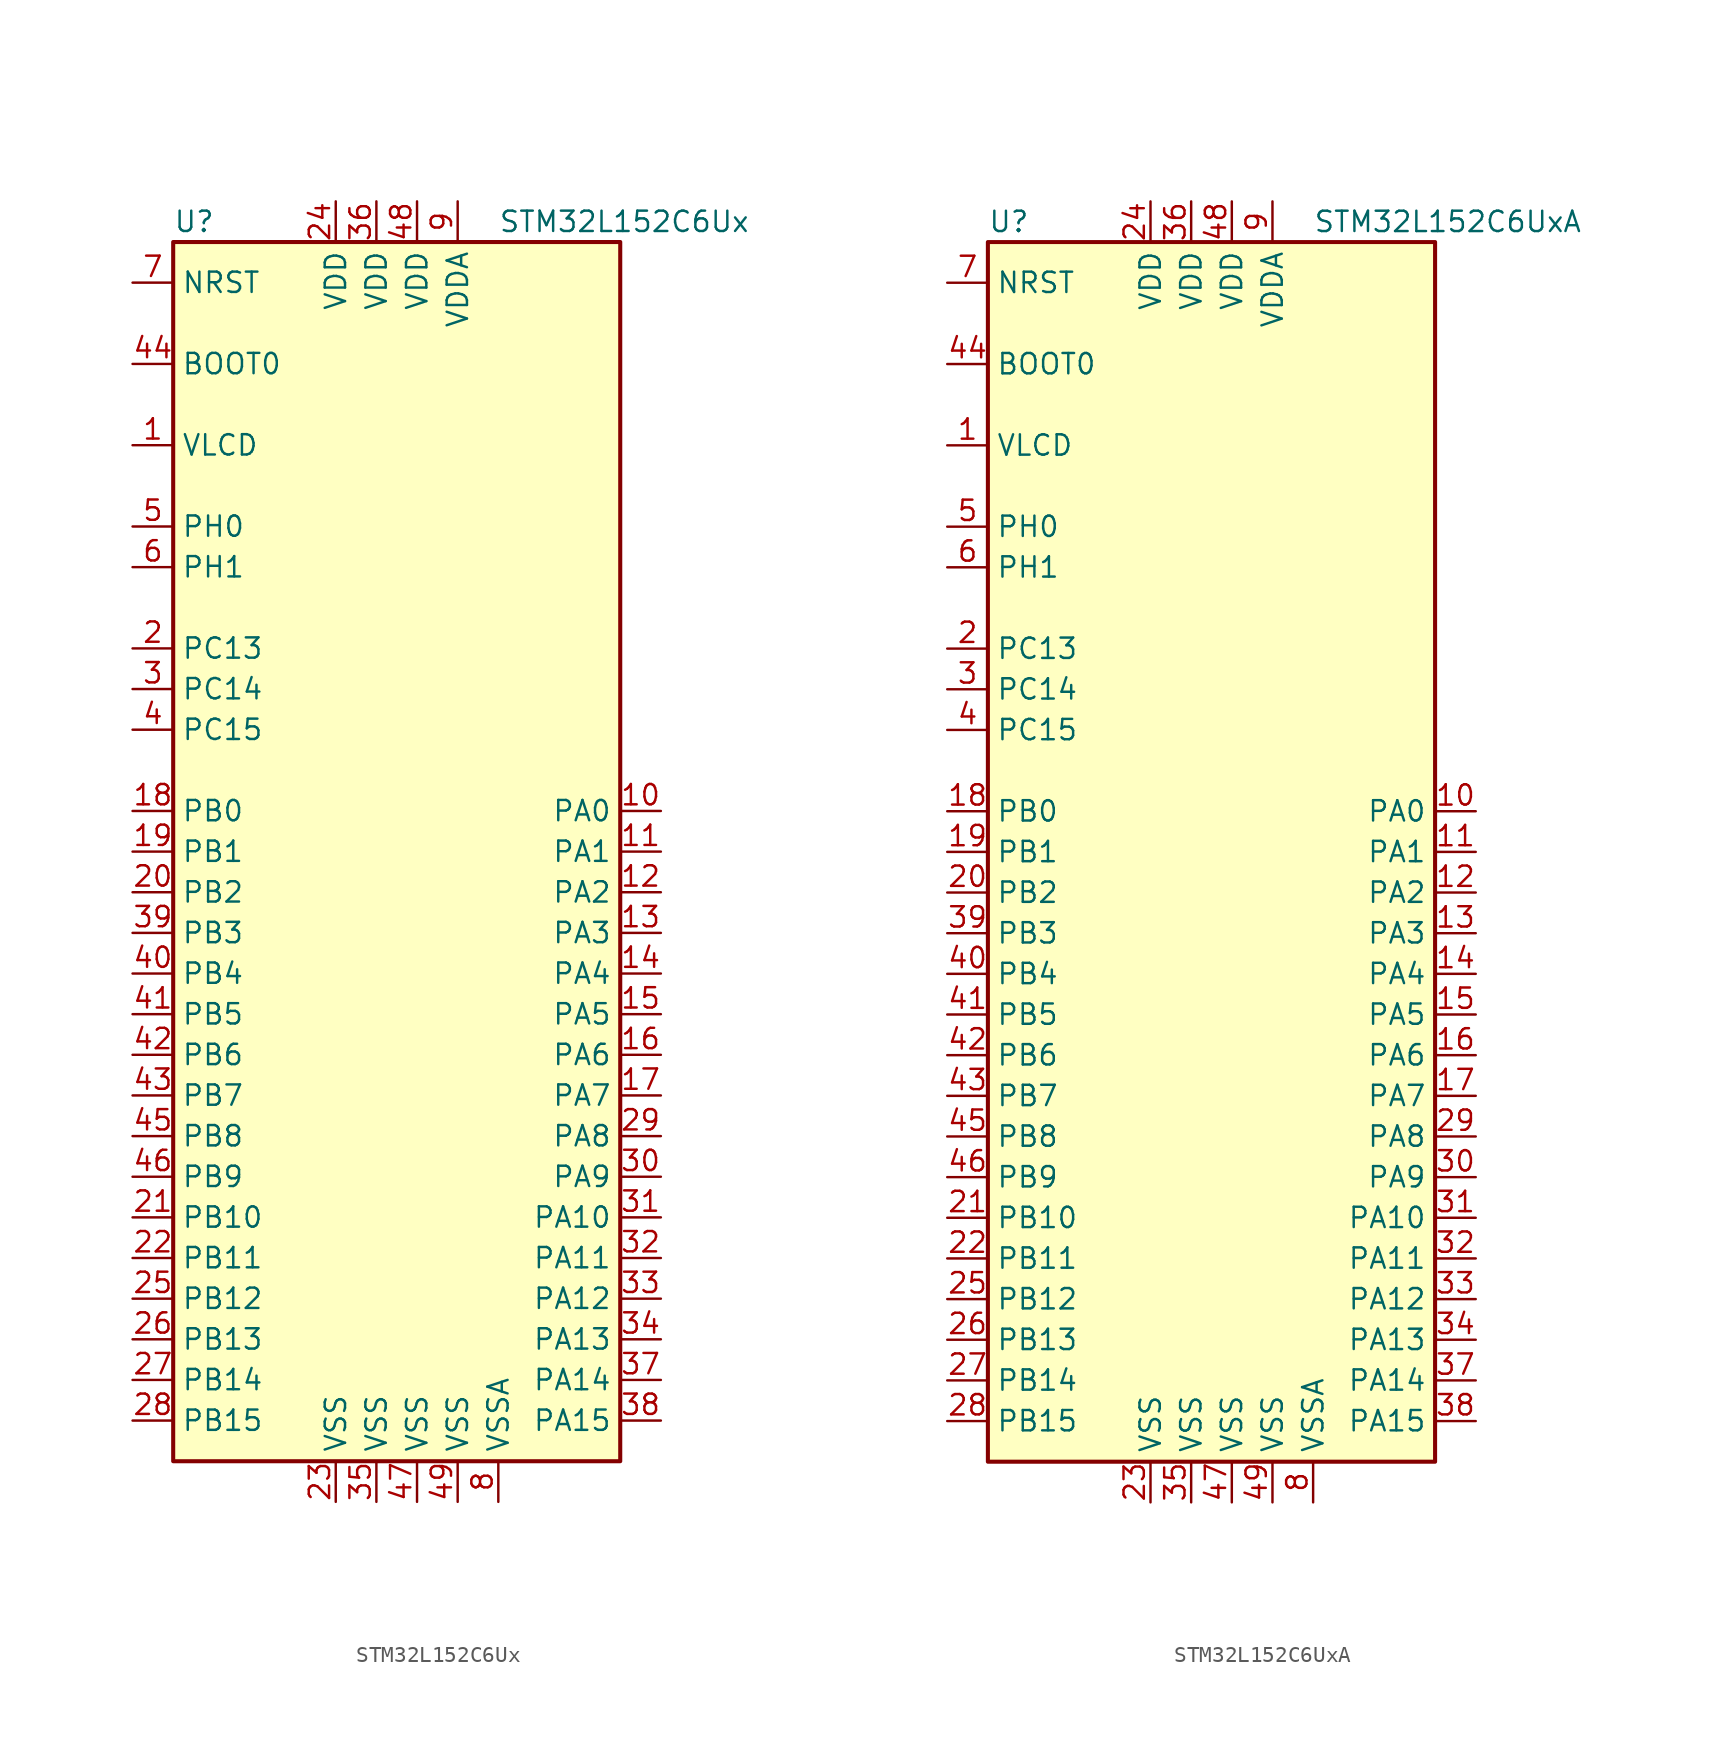
<source format=kicad_sym>
(kicad_symbol_lib
  (version 20211014)
  (generator kicad_symbol_editor)
  (symbol "STM32L152C6Ux"
    (property "Reference" "U"
      (at -15.24 39.37 0)
      (effects (font (size 1.27 1.27)) (justify left)))
    (property "Value" "STM32L152C6Ux"
      (at 5.08 39.37 0)
      (effects (font (size 1.27 1.27)) (justify left)))
    (symbol "STM32L152C6Ux_0_1"
      (rectangle (start -15.24 -38.1) (end 12.7 38.1) (stroke (width 0.254) (type default) (color 0 0 0 0)) (fill (type background))))
    (symbol "STM32L152C6Ux_1_1"
      (pin power_in line (at -17.78 25.4 0) (length 2.54) (name "VLCD" (effects (font (size 1.27 1.27)))) (number "1" (effects (font (size 1.27 1.27)))))
      (pin bidirectional line (at 15.24 2.54 180) (length 2.54) (name "PA0" (effects (font (size 1.27 1.27)))) (number "10" (effects (font (size 1.27 1.27)))))
      (pin bidirectional line (at 15.24 0 180) (length 2.54) (name "PA1" (effects (font (size 1.27 1.27)))) (number "11" (effects (font (size 1.27 1.27)))))
      (pin bidirectional line (at 15.24 -2.54 180) (length 2.54) (name "PA2" (effects (font (size 1.27 1.27)))) (number "12" (effects (font (size 1.27 1.27)))))
      (pin bidirectional line (at 15.24 -5.08 180) (length 2.54) (name "PA3" (effects (font (size 1.27 1.27)))) (number "13" (effects (font (size 1.27 1.27)))))
      (pin bidirectional line (at 15.24 -7.62 180) (length 2.54) (name "PA4" (effects (font (size 1.27 1.27)))) (number "14" (effects (font (size 1.27 1.27)))))
      (pin bidirectional line (at 15.24 -10.16 180) (length 2.54) (name "PA5" (effects (font (size 1.27 1.27)))) (number "15" (effects (font (size 1.27 1.27)))))
      (pin bidirectional line (at 15.24 -12.7 180) (length 2.54) (name "PA6" (effects (font (size 1.27 1.27)))) (number "16" (effects (font (size 1.27 1.27)))))
      (pin bidirectional line (at 15.24 -15.24 180) (length 2.54) (name "PA7" (effects (font (size 1.27 1.27)))) (number "17" (effects (font (size 1.27 1.27)))))
      (pin bidirectional line (at -17.78 2.54 0) (length 2.54) (name "PB0" (effects (font (size 1.27 1.27)))) (number "18" (effects (font (size 1.27 1.27)))))
      (pin bidirectional line (at -17.78 0 0) (length 2.54) (name "PB1" (effects (font (size 1.27 1.27)))) (number "19" (effects (font (size 1.27 1.27)))))
      (pin bidirectional line (at -17.78 12.7 0) (length 2.54) (name "PC13" (effects (font (size 1.27 1.27)))) (number "2" (effects (font (size 1.27 1.27)))))
      (pin bidirectional line (at -17.78 -2.54 0) (length 2.54) (name "PB2" (effects (font (size 1.27 1.27)))) (number "20" (effects (font (size 1.27 1.27)))))
      (pin bidirectional line (at -17.78 -22.86 0) (length 2.54) (name "PB10" (effects (font (size 1.27 1.27)))) (number "21" (effects (font (size 1.27 1.27)))))
      (pin bidirectional line (at -17.78 -25.4 0) (length 2.54) (name "PB11" (effects (font (size 1.27 1.27)))) (number "22" (effects (font (size 1.27 1.27)))))
      (pin power_in line (at -5.08 -40.64 90) (length 2.54) (name "VSS" (effects (font (size 1.27 1.27)))) (number "23" (effects (font (size 1.27 1.27)))))
      (pin power_in line (at -5.08 40.64 270) (length 2.54) (name "VDD" (effects (font (size 1.27 1.27)))) (number "24" (effects (font (size 1.27 1.27)))))
      (pin bidirectional line (at -17.78 -27.94 0) (length 2.54) (name "PB12" (effects (font (size 1.27 1.27)))) (number "25" (effects (font (size 1.27 1.27)))))
      (pin bidirectional line (at -17.78 -30.48 0) (length 2.54) (name "PB13" (effects (font (size 1.27 1.27)))) (number "26" (effects (font (size 1.27 1.27)))))
      (pin bidirectional line (at -17.78 -33.02 0) (length 2.54) (name "PB14" (effects (font (size 1.27 1.27)))) (number "27" (effects (font (size 1.27 1.27)))))
      (pin bidirectional line (at -17.78 -35.56 0) (length 2.54) (name "PB15" (effects (font (size 1.27 1.27)))) (number "28" (effects (font (size 1.27 1.27)))))
      (pin bidirectional line (at 15.24 -17.78 180) (length 2.54) (name "PA8" (effects (font (size 1.27 1.27)))) (number "29" (effects (font (size 1.27 1.27)))))
      (pin bidirectional line (at -17.78 10.16 0) (length 2.54) (name "PC14" (effects (font (size 1.27 1.27)))) (number "3" (effects (font (size 1.27 1.27)))))
      (pin bidirectional line (at 15.24 -20.32 180) (length 2.54) (name "PA9" (effects (font (size 1.27 1.27)))) (number "30" (effects (font (size 1.27 1.27)))))
      (pin bidirectional line (at 15.24 -22.86 180) (length 2.54) (name "PA10" (effects (font (size 1.27 1.27)))) (number "31" (effects (font (size 1.27 1.27)))))
      (pin bidirectional line (at 15.24 -25.4 180) (length 2.54) (name "PA11" (effects (font (size 1.27 1.27)))) (number "32" (effects (font (size 1.27 1.27)))))
      (pin bidirectional line (at 15.24 -27.94 180) (length 2.54) (name "PA12" (effects (font (size 1.27 1.27)))) (number "33" (effects (font (size 1.27 1.27)))))
      (pin bidirectional line (at 15.24 -30.48 180) (length 2.54) (name "PA13" (effects (font (size 1.27 1.27)))) (number "34" (effects (font (size 1.27 1.27)))))
      (pin power_in line (at -2.54 -40.64 90) (length 2.54) (name "VSS" (effects (font (size 1.27 1.27)))) (number "35" (effects (font (size 1.27 1.27)))))
      (pin power_in line (at -2.54 40.64 270) (length 2.54) (name "VDD" (effects (font (size 1.27 1.27)))) (number "36" (effects (font (size 1.27 1.27)))))
      (pin bidirectional line (at 15.24 -33.02 180) (length 2.54) (name "PA14" (effects (font (size 1.27 1.27)))) (number "37" (effects (font (size 1.27 1.27)))))
      (pin bidirectional line (at 15.24 -35.56 180) (length 2.54) (name "PA15" (effects (font (size 1.27 1.27)))) (number "38" (effects (font (size 1.27 1.27)))))
      (pin bidirectional line (at -17.78 -5.08 0) (length 2.54) (name "PB3" (effects (font (size 1.27 1.27)))) (number "39" (effects (font (size 1.27 1.27)))))
      (pin bidirectional line (at -17.78 7.62 0) (length 2.54) (name "PC15" (effects (font (size 1.27 1.27)))) (number "4" (effects (font (size 1.27 1.27)))))
      (pin bidirectional line (at -17.78 -7.62 0) (length 2.54) (name "PB4" (effects (font (size 1.27 1.27)))) (number "40" (effects (font (size 1.27 1.27)))))
      (pin bidirectional line (at -17.78 -10.16 0) (length 2.54) (name "PB5" (effects (font (size 1.27 1.27)))) (number "41" (effects (font (size 1.27 1.27)))))
      (pin bidirectional line (at -17.78 -12.7 0) (length 2.54) (name "PB6" (effects (font (size 1.27 1.27)))) (number "42" (effects (font (size 1.27 1.27)))))
      (pin bidirectional line (at -17.78 -15.24 0) (length 2.54) (name "PB7" (effects (font (size 1.27 1.27)))) (number "43" (effects (font (size 1.27 1.27)))))
      (pin input line (at -17.78 30.48 0) (length 2.54) (name "BOOT0" (effects (font (size 1.27 1.27)))) (number "44" (effects (font (size 1.27 1.27)))))
      (pin bidirectional line (at -17.78 -17.78 0) (length 2.54) (name "PB8" (effects (font (size 1.27 1.27)))) (number "45" (effects (font (size 1.27 1.27)))))
      (pin bidirectional line (at -17.78 -20.32 0) (length 2.54) (name "PB9" (effects (font (size 1.27 1.27)))) (number "46" (effects (font (size 1.27 1.27)))))
      (pin power_in line (at 0 -40.64 90) (length 2.54) (name "VSS" (effects (font (size 1.27 1.27)))) (number "47" (effects (font (size 1.27 1.27)))))
      (pin power_in line (at 0 40.64 270) (length 2.54) (name "VDD" (effects (font (size 1.27 1.27)))) (number "48" (effects (font (size 1.27 1.27)))))
      (pin power_in line (at 2.54 -40.64 90) (length 2.54) (name "VSS" (effects (font (size 1.27 1.27)))) (number "49" (effects (font (size 1.27 1.27)))))
      (pin input line (at -17.78 20.32 0) (length 2.54) (name "PH0" (effects (font (size 1.27 1.27)))) (number "5" (effects (font (size 1.27 1.27)))))
      (pin input line (at -17.78 17.78 0) (length 2.54) (name "PH1" (effects (font (size 1.27 1.27)))) (number "6" (effects (font (size 1.27 1.27)))))
      (pin input line (at -17.78 35.56 0) (length 2.54) (name "NRST" (effects (font (size 1.27 1.27)))) (number "7" (effects (font (size 1.27 1.27)))))
      (pin power_in line (at 5.08 -40.64 90) (length 2.54) (name "VSSA" (effects (font (size 1.27 1.27)))) (number "8" (effects (font (size 1.27 1.27)))))
      (pin power_in line (at 2.54 40.64 270) (length 2.54) (name "VDDA" (effects (font (size 1.27 1.27)))) (number "9" (effects (font (size 1.27 1.27)))))))
  (symbol "STM32L152C6UxA"
    (property "Reference" "U"
      (at -15.24 39.37 0)
      (effects (font (size 1.27 1.27)) (justify left)))
    (property "Value" "STM32L152C6UxA"
      (at 5.08 39.37 0)
      (effects (font (size 1.27 1.27)) (justify left)))
    (symbol "STM32L152C6UxA_0_1"
      (rectangle (start -15.24 -38.1) (end 12.7 38.1) (stroke (width 0.254) (type default) (color 0 0 0 0)) (fill (type background))))
    (symbol "STM32L152C6UxA_1_1"
      (pin power_in line (at -17.78 25.4 0) (length 2.54) (name "VLCD" (effects (font (size 1.27 1.27)))) (number "1" (effects (font (size 1.27 1.27)))))
      (pin bidirectional line (at 15.24 2.54 180) (length 2.54) (name "PA0" (effects (font (size 1.27 1.27)))) (number "10" (effects (font (size 1.27 1.27)))))
      (pin bidirectional line (at 15.24 0 180) (length 2.54) (name "PA1" (effects (font (size 1.27 1.27)))) (number "11" (effects (font (size 1.27 1.27)))))
      (pin bidirectional line (at 15.24 -2.54 180) (length 2.54) (name "PA2" (effects (font (size 1.27 1.27)))) (number "12" (effects (font (size 1.27 1.27)))))
      (pin bidirectional line (at 15.24 -5.08 180) (length 2.54) (name "PA3" (effects (font (size 1.27 1.27)))) (number "13" (effects (font (size 1.27 1.27)))))
      (pin bidirectional line (at 15.24 -7.62 180) (length 2.54) (name "PA4" (effects (font (size 1.27 1.27)))) (number "14" (effects (font (size 1.27 1.27)))))
      (pin bidirectional line (at 15.24 -10.16 180) (length 2.54) (name "PA5" (effects (font (size 1.27 1.27)))) (number "15" (effects (font (size 1.27 1.27)))))
      (pin bidirectional line (at 15.24 -12.7 180) (length 2.54) (name "PA6" (effects (font (size 1.27 1.27)))) (number "16" (effects (font (size 1.27 1.27)))))
      (pin bidirectional line (at 15.24 -15.24 180) (length 2.54) (name "PA7" (effects (font (size 1.27 1.27)))) (number "17" (effects (font (size 1.27 1.27)))))
      (pin bidirectional line (at -17.78 2.54 0) (length 2.54) (name "PB0" (effects (font (size 1.27 1.27)))) (number "18" (effects (font (size 1.27 1.27)))))
      (pin bidirectional line (at -17.78 0 0) (length 2.54) (name "PB1" (effects (font (size 1.27 1.27)))) (number "19" (effects (font (size 1.27 1.27)))))
      (pin bidirectional line (at -17.78 12.7 0) (length 2.54) (name "PC13" (effects (font (size 1.27 1.27)))) (number "2" (effects (font (size 1.27 1.27)))))
      (pin bidirectional line (at -17.78 -2.54 0) (length 2.54) (name "PB2" (effects (font (size 1.27 1.27)))) (number "20" (effects (font (size 1.27 1.27)))))
      (pin bidirectional line (at -17.78 -22.86 0) (length 2.54) (name "PB10" (effects (font (size 1.27 1.27)))) (number "21" (effects (font (size 1.27 1.27)))))
      (pin bidirectional line (at -17.78 -25.4 0) (length 2.54) (name "PB11" (effects (font (size 1.27 1.27)))) (number "22" (effects (font (size 1.27 1.27)))))
      (pin power_in line (at -5.08 -40.64 90) (length 2.54) (name "VSS" (effects (font (size 1.27 1.27)))) (number "23" (effects (font (size 1.27 1.27)))))
      (pin power_in line (at -5.08 40.64 270) (length 2.54) (name "VDD" (effects (font (size 1.27 1.27)))) (number "24" (effects (font (size 1.27 1.27)))))
      (pin bidirectional line (at -17.78 -27.94 0) (length 2.54) (name "PB12" (effects (font (size 1.27 1.27)))) (number "25" (effects (font (size 1.27 1.27)))))
      (pin bidirectional line (at -17.78 -30.48 0) (length 2.54) (name "PB13" (effects (font (size 1.27 1.27)))) (number "26" (effects (font (size 1.27 1.27)))))
      (pin bidirectional line (at -17.78 -33.02 0) (length 2.54) (name "PB14" (effects (font (size 1.27 1.27)))) (number "27" (effects (font (size 1.27 1.27)))))
      (pin bidirectional line (at -17.78 -35.56 0) (length 2.54) (name "PB15" (effects (font (size 1.27 1.27)))) (number "28" (effects (font (size 1.27 1.27)))))
      (pin bidirectional line (at 15.24 -17.78 180) (length 2.54) (name "PA8" (effects (font (size 1.27 1.27)))) (number "29" (effects (font (size 1.27 1.27)))))
      (pin bidirectional line (at -17.78 10.16 0) (length 2.54) (name "PC14" (effects (font (size 1.27 1.27)))) (number "3" (effects (font (size 1.27 1.27)))))
      (pin bidirectional line (at 15.24 -20.32 180) (length 2.54) (name "PA9" (effects (font (size 1.27 1.27)))) (number "30" (effects (font (size 1.27 1.27)))))
      (pin bidirectional line (at 15.24 -22.86 180) (length 2.54) (name "PA10" (effects (font (size 1.27 1.27)))) (number "31" (effects (font (size 1.27 1.27)))))
      (pin bidirectional line (at 15.24 -25.4 180) (length 2.54) (name "PA11" (effects (font (size 1.27 1.27)))) (number "32" (effects (font (size 1.27 1.27)))))
      (pin bidirectional line (at 15.24 -27.94 180) (length 2.54) (name "PA12" (effects (font (size 1.27 1.27)))) (number "33" (effects (font (size 1.27 1.27)))))
      (pin bidirectional line (at 15.24 -30.48 180) (length 2.54) (name "PA13" (effects (font (size 1.27 1.27)))) (number "34" (effects (font (size 1.27 1.27)))))
      (pin power_in line (at -2.54 -40.64 90) (length 2.54) (name "VSS" (effects (font (size 1.27 1.27)))) (number "35" (effects (font (size 1.27 1.27)))))
      (pin power_in line (at -2.54 40.64 270) (length 2.54) (name "VDD" (effects (font (size 1.27 1.27)))) (number "36" (effects (font (size 1.27 1.27)))))
      (pin bidirectional line (at 15.24 -33.02 180) (length 2.54) (name "PA14" (effects (font (size 1.27 1.27)))) (number "37" (effects (font (size 1.27 1.27)))))
      (pin bidirectional line (at 15.24 -35.56 180) (length 2.54) (name "PA15" (effects (font (size 1.27 1.27)))) (number "38" (effects (font (size 1.27 1.27)))))
      (pin bidirectional line (at -17.78 -5.08 0) (length 2.54) (name "PB3" (effects (font (size 1.27 1.27)))) (number "39" (effects (font (size 1.27 1.27)))))
      (pin bidirectional line (at -17.78 7.62 0) (length 2.54) (name "PC15" (effects (font (size 1.27 1.27)))) (number "4" (effects (font (size 1.27 1.27)))))
      (pin bidirectional line (at -17.78 -7.62 0) (length 2.54) (name "PB4" (effects (font (size 1.27 1.27)))) (number "40" (effects (font (size 1.27 1.27)))))
      (pin bidirectional line (at -17.78 -10.16 0) (length 2.54) (name "PB5" (effects (font (size 1.27 1.27)))) (number "41" (effects (font (size 1.27 1.27)))))
      (pin bidirectional line (at -17.78 -12.7 0) (length 2.54) (name "PB6" (effects (font (size 1.27 1.27)))) (number "42" (effects (font (size 1.27 1.27)))))
      (pin bidirectional line (at -17.78 -15.24 0) (length 2.54) (name "PB7" (effects (font (size 1.27 1.27)))) (number "43" (effects (font (size 1.27 1.27)))))
      (pin input line (at -17.78 30.48 0) (length 2.54) (name "BOOT0" (effects (font (size 1.27 1.27)))) (number "44" (effects (font (size 1.27 1.27)))))
      (pin bidirectional line (at -17.78 -17.78 0) (length 2.54) (name "PB8" (effects (font (size 1.27 1.27)))) (number "45" (effects (font (size 1.27 1.27)))))
      (pin bidirectional line (at -17.78 -20.32 0) (length 2.54) (name "PB9" (effects (font (size 1.27 1.27)))) (number "46" (effects (font (size 1.27 1.27)))))
      (pin power_in line (at 0 -40.64 90) (length 2.54) (name "VSS" (effects (font (size 1.27 1.27)))) (number "47" (effects (font (size 1.27 1.27)))))
      (pin power_in line (at 0 40.64 270) (length 2.54) (name "VDD" (effects (font (size 1.27 1.27)))) (number "48" (effects (font (size 1.27 1.27)))))
      (pin power_in line (at 2.54 -40.64 90) (length 2.54) (name "VSS" (effects (font (size 1.27 1.27)))) (number "49" (effects (font (size 1.27 1.27)))))
      (pin input line (at -17.78 20.32 0) (length 2.54) (name "PH0" (effects (font (size 1.27 1.27)))) (number "5" (effects (font (size 1.27 1.27)))))
      (pin input line (at -17.78 17.78 0) (length 2.54) (name "PH1" (effects (font (size 1.27 1.27)))) (number "6" (effects (font (size 1.27 1.27)))))
      (pin input line (at -17.78 35.56 0) (length 2.54) (name "NRST" (effects (font (size 1.27 1.27)))) (number "7" (effects (font (size 1.27 1.27)))))
      (pin power_in line (at 5.08 -40.64 90) (length 2.54) (name "VSSA" (effects (font (size 1.27 1.27)))) (number "8" (effects (font (size 1.27 1.27)))))
      (pin power_in line (at 2.54 40.64 270) (length 2.54) (name "VDDA" (effects (font (size 1.27 1.27)))) (number "9" (effects (font (size 1.27 1.27))))))))
</source>
